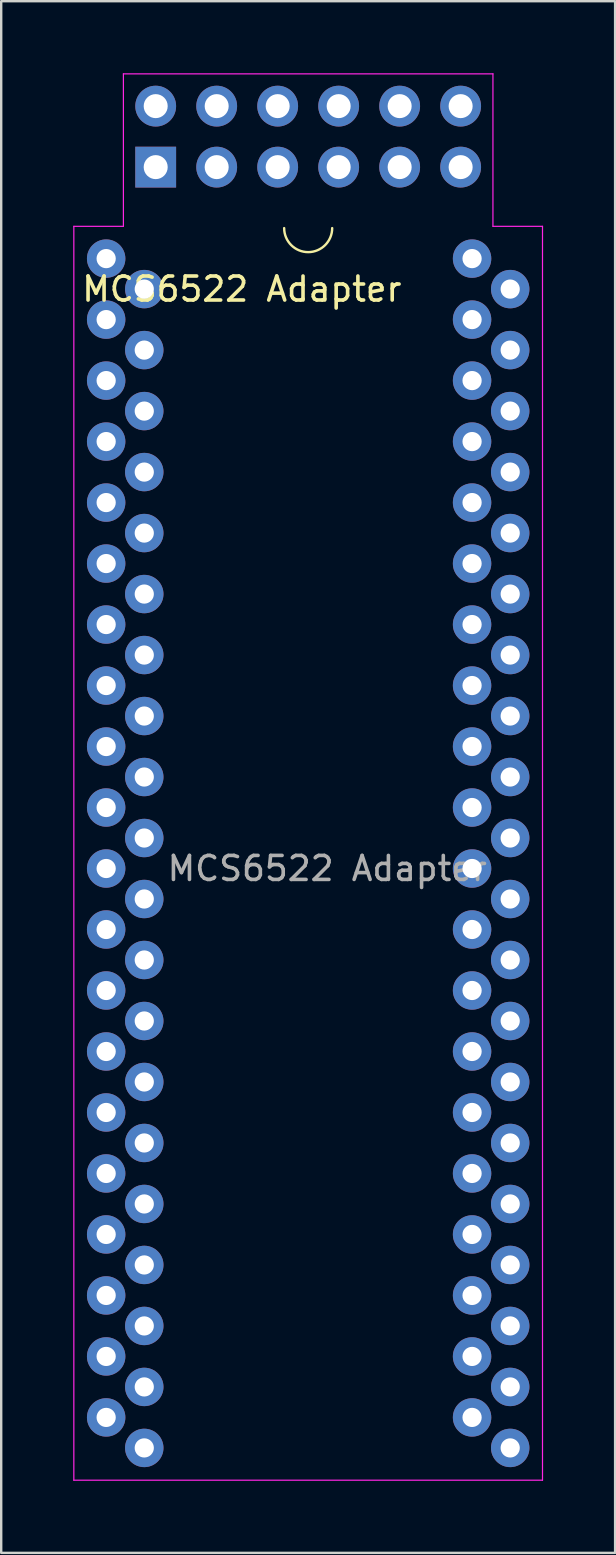
<source format=kicad_pcb>
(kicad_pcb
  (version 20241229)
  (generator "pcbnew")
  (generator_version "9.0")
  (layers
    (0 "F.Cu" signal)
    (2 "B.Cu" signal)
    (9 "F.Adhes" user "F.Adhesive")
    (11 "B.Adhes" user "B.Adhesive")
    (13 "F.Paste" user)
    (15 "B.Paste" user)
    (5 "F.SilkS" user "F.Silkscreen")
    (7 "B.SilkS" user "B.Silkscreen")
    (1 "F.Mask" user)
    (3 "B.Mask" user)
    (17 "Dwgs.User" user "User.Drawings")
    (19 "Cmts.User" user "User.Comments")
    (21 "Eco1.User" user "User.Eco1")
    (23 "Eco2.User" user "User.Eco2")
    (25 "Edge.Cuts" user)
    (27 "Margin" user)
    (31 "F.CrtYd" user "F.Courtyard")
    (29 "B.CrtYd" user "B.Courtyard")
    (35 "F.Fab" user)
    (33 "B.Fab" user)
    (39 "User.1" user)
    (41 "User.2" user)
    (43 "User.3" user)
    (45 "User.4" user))
  (footprint "MCS6522 Adapter"
    (layer "F.Cu")
    (at 2.958 8.99)
    (property "Reference" "MCS6522 Adapter" (at 4.064 0 0) (layer "F.SilkS") (effects (font (size 1 1) (thickness 0.15))))
    (attr through_hole)
    (fp_arc (start 7.82625 -2.54) (mid 6.82625 -1.54) (end 5.82625 -2.54) (stroke (width 0.1) (type solid)) (layer "F.SilkS"))
    (fp_line (start -2.933 -2.615) (end -2.933 49.605) (stroke (width 0.05) (type solid)) (layer "F.CrtYd"))
    (fp_line (start -2.933 -2.615) (end -0.869 -2.615) (stroke (width 0.05) (type solid)) (layer "F.CrtYd"))
    (fp_line (start -2.933 49.605) (end 16.585 49.605) (stroke (width 0.05) (type solid)) (layer "F.CrtYd"))
    (fp_line (start -0.869 -8.965) (end -0.869 -2.615) (stroke (width 0.05) (type solid)) (layer "F.CrtYd"))
    (fp_line (start 14.521 -8.965) (end -0.869 -8.965) (stroke (width 0.05) (type solid)) (layer "F.CrtYd"))
    (fp_line (start 14.521 -2.615) (end 14.521 -8.965) (stroke (width 0.05) (type solid)) (layer "F.CrtYd"))
    (fp_line (start 14.521 -2.615) (end 16.585 -2.615) (stroke (width 0.05) (type solid)) (layer "F.CrtYd"))
    (fp_line (start 16.585 -2.615) (end 16.585 49.605) (stroke (width 0.05) (type solid)) (layer "F.CrtYd"))
    (fp_rect (start 0 0) (end 0 0) (stroke (width 0.05) (type solid)) (fill no) (layer "F.CrtYd"))
    (fp_text user "${REFERENCE}" (at 7.62 24.13 0) (layer "F.Fab") (effects (font (size 1 1) (thickness 0.15))))
    (pad "1" thru_hole circle (at -1.587 -1.27) (size 1.6 1.6) (drill 0.8) (layers "*.Cu" "*.Mask"))
    (pad "1" thru_hole circle (at 0 0) (size 1.6 1.6) (drill 0.8) (layers "*.Cu" "*.Mask"))
    (pad "2" thru_hole oval (at -1.587 1.27) (size 1.6 1.6) (drill 0.8) (layers "*.Cu" "*.Mask"))
    (pad "2" thru_hole oval (at 0 2.54) (size 1.6 1.6) (drill 0.8) (layers "*.Cu" "*.Mask"))
    (pad "3" thru_hole oval (at -1.587 3.81) (size 1.6 1.6) (drill 0.8) (layers "*.Cu" "*.Mask"))
    (pad "3" thru_hole oval (at 0 5.08) (size 1.6 1.6) (drill 0.8) (layers "*.Cu" "*.Mask"))
    (pad "4" thru_hole oval (at -1.587 6.35) (size 1.6 1.6) (drill 0.8) (layers "*.Cu" "*.Mask"))
    (pad "4" thru_hole oval (at 0 7.62) (size 1.6 1.6) (drill 0.8) (layers "*.Cu" "*.Mask"))
    (pad "5" thru_hole oval (at -1.587 8.89) (size 1.6 1.6) (drill 0.8) (layers "*.Cu" "*.Mask"))
    (pad "5" thru_hole oval (at 0 10.16) (size 1.6 1.6) (drill 0.8) (layers "*.Cu" "*.Mask"))
    (pad "6" thru_hole oval (at -1.587 11.43) (size 1.6 1.6) (drill 0.8) (layers "*.Cu" "*.Mask"))
    (pad "6" thru_hole oval (at 0 12.7) (size 1.6 1.6) (drill 0.8) (layers "*.Cu" "*.Mask"))
    (pad "7" thru_hole oval (at -1.587 13.97) (size 1.6 1.6) (drill 0.8) (layers "*.Cu" "*.Mask"))
    (pad "7" thru_hole oval (at 0 15.24) (size 1.6 1.6) (drill 0.8) (layers "*.Cu" "*.Mask"))
    (pad "8" thru_hole oval (at -1.587 16.51) (size 1.6 1.6) (drill 0.8) (layers "*.Cu" "*.Mask"))
    (pad "8" thru_hole oval (at 0 17.78) (size 1.6 1.6) (drill 0.8) (layers "*.Cu" "*.Mask"))
    (pad "9" thru_hole oval (at -1.587 19.05) (size 1.6 1.6) (drill 0.8) (layers "*.Cu" "*.Mask"))
    (pad "9" thru_hole oval (at 0 20.32) (size 1.6 1.6) (drill 0.8) (layers "*.Cu" "*.Mask"))
    (pad "10" thru_hole oval (at -1.587 21.59) (size 1.6 1.6) (drill 0.8) (layers "*.Cu" "*.Mask"))
    (pad "10" thru_hole oval (at 0 22.86) (size 1.6 1.6) (drill 0.8) (layers "*.Cu" "*.Mask"))
    (pad "11" thru_hole oval (at -1.587 24.13) (size 1.6 1.6) (drill 0.8) (layers "*.Cu" "*.Mask"))
    (pad "11" thru_hole oval (at 0 25.4) (size 1.6 1.6) (drill 0.8) (layers "*.Cu" "*.Mask"))
    (pad "12" thru_hole oval (at -1.587 26.67) (size 1.6 1.6) (drill 0.8) (layers "*.Cu" "*.Mask"))
    (pad "12" thru_hole oval (at 0 27.94) (size 1.6 1.6) (drill 0.8) (layers "*.Cu" "*.Mask"))
    (pad "13" thru_hole oval (at -1.587 29.21) (size 1.6 1.6) (drill 0.8) (layers "*.Cu" "*.Mask"))
    (pad "13" thru_hole oval (at 0 30.48) (size 1.6 1.6) (drill 0.8) (layers "*.Cu" "*.Mask"))
    (pad "14" thru_hole oval (at -1.587 31.75) (size 1.6 1.6) (drill 0.8) (layers "*.Cu" "*.Mask"))
    (pad "14" thru_hole oval (at 0 33.02) (size 1.6 1.6) (drill 0.8) (layers "*.Cu" "*.Mask"))
    (pad "15" thru_hole oval (at -1.587 34.29) (size 1.6 1.6) (drill 0.8) (layers "*.Cu" "*.Mask"))
    (pad "15" thru_hole oval (at 0 35.56) (size 1.6 1.6) (drill 0.8) (layers "*.Cu" "*.Mask"))
    (pad "16" thru_hole oval (at -1.587 36.83) (size 1.6 1.6) (drill 0.8) (layers "*.Cu" "*.Mask"))
    (pad "16" thru_hole oval (at 0 38.1) (size 1.6 1.6) (drill 0.8) (layers "*.Cu" "*.Mask"))
    (pad "17" thru_hole oval (at -1.587 39.37) (size 1.6 1.6) (drill 0.8) (layers "*.Cu" "*.Mask"))
    (pad "17" thru_hole oval (at 0 40.64) (size 1.6 1.6) (drill 0.8) (layers "*.Cu" "*.Mask"))
    (pad "18" thru_hole oval (at -1.587 41.91) (size 1.6 1.6) (drill 0.8) (layers "*.Cu" "*.Mask"))
    (pad "18" thru_hole oval (at 0 43.18) (size 1.6 1.6) (drill 0.8) (layers "*.Cu" "*.Mask"))
    (pad "19" thru_hole oval (at -1.587 44.45) (size 1.6 1.6) (drill 0.8) (layers "*.Cu" "*.Mask"))
    (pad "19" thru_hole oval (at 0 45.72) (size 1.6 1.6) (drill 0.8) (layers "*.Cu" "*.Mask"))
    (pad "20" thru_hole oval (at -1.587 46.99) (size 1.6 1.6) (drill 0.8) (layers "*.Cu" "*.Mask"))
    (pad "20" thru_hole oval (at 0 48.26) (size 1.6 1.6) (drill 0.8) (layers "*.Cu" "*.Mask"))
    (pad "21" thru_hole oval (at 13.652 46.99) (size 1.6 1.6) (drill 0.8) (layers "*.Cu" "*.Mask"))
    (pad "21" thru_hole oval (at 15.24 48.26) (size 1.6 1.6) (drill 0.8) (layers "*.Cu" "*.Mask"))
    (pad "22" thru_hole oval (at 13.652 44.45) (size 1.6 1.6) (drill 0.8) (layers "*.Cu" "*.Mask"))
    (pad "22" thru_hole oval (at 15.24 45.72) (size 1.6 1.6) (drill 0.8) (layers "*.Cu" "*.Mask"))
    (pad "23" thru_hole oval (at 13.652 41.91) (size 1.6 1.6) (drill 0.8) (layers "*.Cu" "*.Mask"))
    (pad "23" thru_hole oval (at 15.24 43.18) (size 1.6 1.6) (drill 0.8) (layers "*.Cu" "*.Mask"))
    (pad "24" thru_hole oval (at 13.652 39.37) (size 1.6 1.6) (drill 0.8) (layers "*.Cu" "*.Mask"))
    (pad "24" thru_hole oval (at 15.24 40.64) (size 1.6 1.6) (drill 0.8) (layers "*.Cu" "*.Mask"))
    (pad "25" thru_hole oval (at 13.652 36.83) (size 1.6 1.6) (drill 0.8) (layers "*.Cu" "*.Mask"))
    (pad "25" thru_hole oval (at 15.24 38.1) (size 1.6 1.6) (drill 0.8) (layers "*.Cu" "*.Mask"))
    (pad "26" thru_hole oval (at 13.652 34.29) (size 1.6 1.6) (drill 0.8) (layers "*.Cu" "*.Mask"))
    (pad "26" thru_hole oval (at 15.24 35.56) (size 1.6 1.6) (drill 0.8) (layers "*.Cu" "*.Mask"))
    (pad "27" thru_hole oval (at 13.652 31.75) (size 1.6 1.6) (drill 0.8) (layers "*.Cu" "*.Mask"))
    (pad "27" thru_hole oval (at 15.24 33.02) (size 1.6 1.6) (drill 0.8) (layers "*.Cu" "*.Mask"))
    (pad "28" thru_hole oval (at 13.652 29.21) (size 1.6 1.6) (drill 0.8) (layers "*.Cu" "*.Mask"))
    (pad "28" thru_hole oval (at 15.24 30.48) (size 1.6 1.6) (drill 0.8) (layers "*.Cu" "*.Mask"))
    (pad "29" thru_hole oval (at 13.652 26.67) (size 1.6 1.6) (drill 0.8) (layers "*.Cu" "*.Mask"))
    (pad "29" thru_hole oval (at 15.24 27.94) (size 1.6 1.6) (drill 0.8) (layers "*.Cu" "*.Mask"))
    (pad "30" thru_hole oval (at 13.652 24.13) (size 1.6 1.6) (drill 0.8) (layers "*.Cu" "*.Mask"))
    (pad "30" thru_hole oval (at 15.24 25.4) (size 1.6 1.6) (drill 0.8) (layers "*.Cu" "*.Mask"))
    (pad "31" thru_hole oval (at 13.652 21.59) (size 1.6 1.6) (drill 0.8) (layers "*.Cu" "*.Mask"))
    (pad "31" thru_hole oval (at 15.24 22.86) (size 1.6 1.6) (drill 0.8) (layers "*.Cu" "*.Mask"))
    (pad "32" thru_hole oval (at 13.652 19.05) (size 1.6 1.6) (drill 0.8) (layers "*.Cu" "*.Mask"))
    (pad "32" thru_hole oval (at 15.24 20.32) (size 1.6 1.6) (drill 0.8) (layers "*.Cu" "*.Mask"))
    (pad "33" thru_hole oval (at 13.652 16.51) (size 1.6 1.6) (drill 0.8) (layers "*.Cu" "*.Mask"))
    (pad "33" thru_hole oval (at 15.24 17.78) (size 1.6 1.6) (drill 0.8) (layers "*.Cu" "*.Mask"))
    (pad "34" thru_hole oval (at 13.652 13.97) (size 1.6 1.6) (drill 0.8) (layers "*.Cu" "*.Mask"))
    (pad "34" thru_hole oval (at 15.24 15.24) (size 1.6 1.6) (drill 0.8) (layers "*.Cu" "*.Mask"))
    (pad "35" thru_hole oval (at 13.652 11.43) (size 1.6 1.6) (drill 0.8) (layers "*.Cu" "*.Mask"))
    (pad "35" thru_hole oval (at 15.24 12.7) (size 1.6 1.6) (drill 0.8) (layers "*.Cu" "*.Mask"))
    (pad "36" thru_hole oval (at 13.652 8.89) (size 1.6 1.6) (drill 0.8) (layers "*.Cu" "*.Mask"))
    (pad "36" thru_hole oval (at 15.24 10.16) (size 1.6 1.6) (drill 0.8) (layers "*.Cu" "*.Mask"))
    (pad "37" thru_hole oval (at 13.652 6.35) (size 1.6 1.6) (drill 0.8) (layers "*.Cu" "*.Mask"))
    (pad "37" thru_hole oval (at 15.24 7.62) (size 1.6 1.6) (drill 0.8) (layers "*.Cu" "*.Mask"))
    (pad "38" thru_hole oval (at 13.652 3.81) (size 1.6 1.6) (drill 0.8) (layers "*.Cu" "*.Mask"))
    (pad "38" thru_hole oval (at 15.24 5.08) (size 1.6 1.6) (drill 0.8) (layers "*.Cu" "*.Mask"))
    (pad "39" thru_hole oval (at 13.652 1.27) (size 1.6 1.6) (drill 0.8) (layers "*.Cu" "*.Mask"))
    (pad "39" thru_hole oval (at 15.24 2.54) (size 1.6 1.6) (drill 0.8) (layers "*.Cu" "*.Mask"))
    (pad "40" thru_hole oval (at 13.652 -1.27) (size 1.6 1.6) (drill 0.8) (layers "*.Cu" "*.Mask"))
    (pad "40" thru_hole oval (at 15.24 0) (size 1.6 1.6) (drill 0.8) (layers "*.Cu" "*.Mask"))
    (pad "J1" thru_hole rect (at 0.476 -5.08 90) (size 1.7 1.7) (drill 1) (layers "*.Cu" "*.Mask"))
    (pad "J2" thru_hole oval (at 0.476 -7.62 90) (size 1.7 1.7) (drill 1) (layers "*.Cu" "*.Mask"))
    (pad "J3" thru_hole oval (at 3.016 -5.08 90) (size 1.7 1.7) (drill 1) (layers "*.Cu" "*.Mask"))
    (pad "J4" thru_hole oval (at 3.016 -7.62 90) (size 1.7 1.7) (drill 1) (layers "*.Cu" "*.Mask"))
    (pad "J5" thru_hole oval (at 5.556 -5.08 90) (size 1.7 1.7) (drill 1) (layers "*.Cu" "*.Mask"))
    (pad "J6" thru_hole oval (at 5.556 -7.62 90) (size 1.7 1.7) (drill 1) (layers "*.Cu" "*.Mask"))
    (pad "J7" thru_hole oval (at 8.096 -5.08 90) (size 1.7 1.7) (drill 1) (layers "*.Cu" "*.Mask"))
    (pad "J8" thru_hole oval (at 8.096 -7.62 90) (size 1.7 1.7) (drill 1) (layers "*.Cu" "*.Mask"))
    (pad "J9" thru_hole oval (at 10.636 -5.08 90) (size 1.7 1.7) (drill 1) (layers "*.Cu" "*.Mask"))
    (pad "J10" thru_hole oval (at 10.636 -7.62 90) (size 1.7 1.7) (drill 1) (layers "*.Cu" "*.Mask"))
    (pad "J11" thru_hole oval (at 13.176 -5.08 90) (size 1.7 1.7) (drill 1) (layers "*.Cu" "*.Mask"))
    (pad "J12" thru_hole oval (at 13.176 -7.62 90) (size 1.7 1.7) (drill 1) (layers "*.Cu" "*.Mask")))
  (gr_rect
    (start -3 -3)
    (end 22.567 61.62)
    (stroke (width 0.1) (type default))
    (fill no)
    (layer "Edge.Cuts")))
</source>
